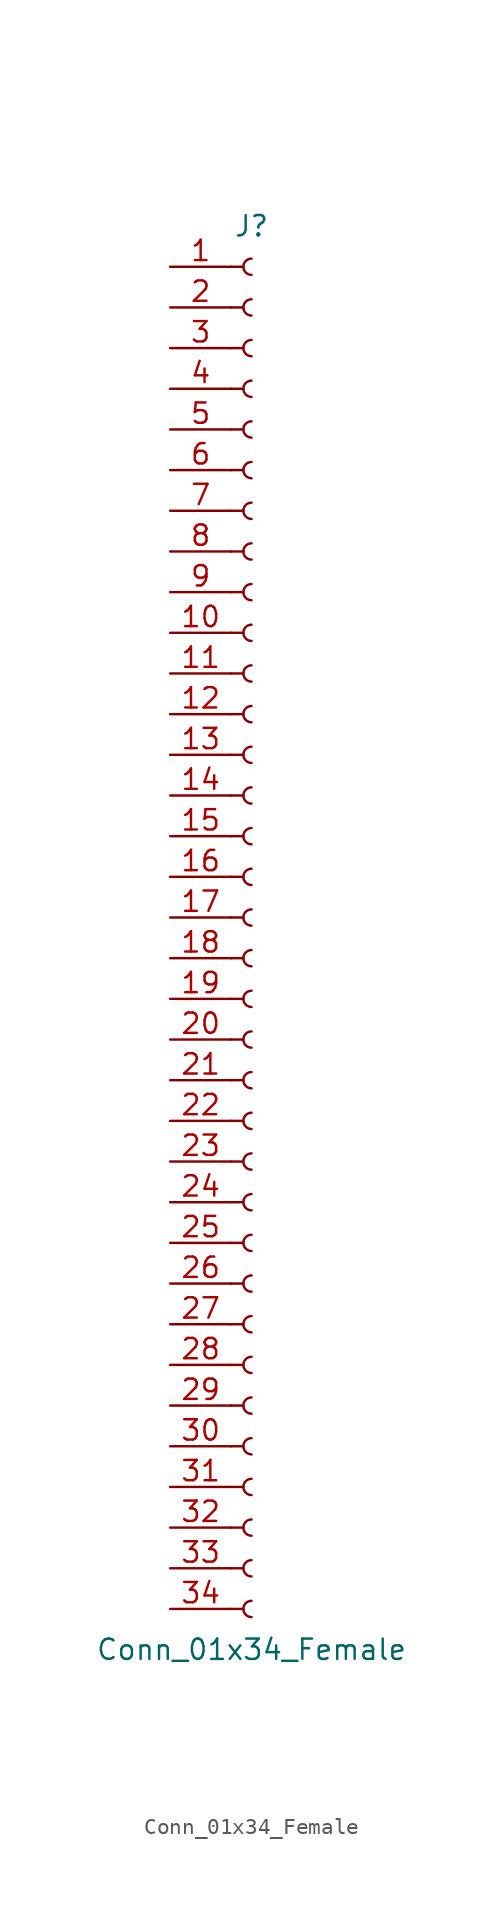
<source format=kicad_sym>
(kicad_symbol_lib
  (version 20201005)
  (generator kicad_symbol_editor)
  (symbol "Conn_01x34_Female"
    (pin_names
      (offset 1.016) hide)
    (property "Reference" "J"
      (at 0 43.18 0)
      (effects (font (size 1.27 1.27))))
    (property "Value" "Conn_01x34_Female"
      (at 0 -45.72 0)
      (effects (font (size 1.27 1.27))))
    (symbol "Conn_01x34_Female_1_1"
      (arc (start 0 -42.672) (end 0 -43.688) (radius (at 0 -43.18) (length 0.508) (angles 90.1 -90.1)) (stroke (width 0.1524)) (fill (type none)))
      (arc (start 0 -40.132) (end 0 -41.148) (radius (at 0 -40.64) (length 0.508) (angles 90.1 -90.1)) (stroke (width 0.1524)) (fill (type none)))
      (arc (start 0 -37.592) (end 0 -38.608) (radius (at 0 -38.1) (length 0.508) (angles 90.1 -90.1)) (stroke (width 0.1524)) (fill (type none)))
      (arc (start 0 -35.052) (end 0 -36.068) (radius (at 0 -35.56) (length 0.508) (angles 90.1 -90.1)) (stroke (width 0.1524)) (fill (type none)))
      (arc (start 0 -32.512) (end 0 -33.528) (radius (at 0 -33.02) (length 0.508) (angles 90.1 -90.1)) (stroke (width 0.1524)) (fill (type none)))
      (arc (start 0 -29.972) (end 0 -30.988) (radius (at 0 -30.48) (length 0.508) (angles 90.1 -90.1)) (stroke (width 0.1524)) (fill (type none)))
      (arc (start 0 -27.432) (end 0 -28.448) (radius (at 0 -27.94) (length 0.508) (angles 90.1 -90.1)) (stroke (width 0.1524)) (fill (type none)))
      (arc (start 0 -24.892) (end 0 -25.908) (radius (at 0 -25.4) (length 0.508) (angles 90.1 -90.1)) (stroke (width 0.1524)) (fill (type none)))
      (arc (start 0 -22.352) (end 0 -23.368) (radius (at 0 -22.86) (length 0.508) (angles 90.1 -90.1)) (stroke (width 0.1524)) (fill (type none)))
      (arc (start 0 -19.812) (end 0 -20.828) (radius (at 0 -20.32) (length 0.508) (angles 90.1 -90.1)) (stroke (width 0.1524)) (fill (type none)))
      (arc (start 0 -17.272) (end 0 -18.288) (radius (at 0 -17.78) (length 0.508) (angles 90.1 -90.1)) (stroke (width 0.1524)) (fill (type none)))
      (arc (start 0 -14.732) (end 0 -15.748) (radius (at 0 -15.24) (length 0.508) (angles 90.1 -90.1)) (stroke (width 0.1524)) (fill (type none)))
      (arc (start 0 -12.192) (end 0 -13.208) (radius (at 0 -12.7) (length 0.508) (angles 90.1 -90.1)) (stroke (width 0.1524)) (fill (type none)))
      (arc (start 0 -9.652) (end 0 -10.668) (radius (at 0 -10.16) (length 0.508) (angles 90.1 -90.1)) (stroke (width 0.1524)) (fill (type none)))
      (arc (start 0 -7.112) (end 0 -8.128) (radius (at 0 -7.62) (length 0.508) (angles 90.1 -90.1)) (stroke (width 0.1524)) (fill (type none)))
      (arc (start 0 -4.572) (end 0 -5.588) (radius (at 0 -5.08) (length 0.508) (angles 90.1 -90.1)) (stroke (width 0.1524)) (fill (type none)))
      (arc (start 0 -2.032) (end 0 -3.048) (radius (at 0 -2.54) (length 0.508) (angles 90.1 -90.1)) (stroke (width 0.1524)) (fill (type none)))
      (arc (start 0 0.508) (end 0 -0.508) (radius (at 0 0) (length 0.508) (angles 90.1 -90.1)) (stroke (width 0.1524)) (fill (type none)))
      (arc (start 0 3.048) (end 0 2.032) (radius (at 0 2.54) (length 0.508) (angles 90.1 -90.1)) (stroke (width 0.1524)) (fill (type none)))
      (arc (start 0 5.588) (end 0 4.572) (radius (at 0 5.08) (length 0.508) (angles 90.1 -90.1)) (stroke (width 0.1524)) (fill (type none)))
      (arc (start 0 8.128) (end 0 7.112) (radius (at 0 7.62) (length 0.508) (angles 90.1 -90.1)) (stroke (width 0.1524)) (fill (type none)))
      (arc (start 0 10.668) (end 0 9.652) (radius (at 0 10.16) (length 0.508) (angles 90.1 -90.1)) (stroke (width 0.1524)) (fill (type none)))
      (arc (start 0 13.208) (end 0 12.192) (radius (at 0 12.7) (length 0.508) (angles 90.1 -90.1)) (stroke (width 0.1524)) (fill (type none)))
      (arc (start 0 15.748) (end 0 14.732) (radius (at 0 15.24) (length 0.508) (angles 90.1 -90.1)) (stroke (width 0.1524)) (fill (type none)))
      (arc (start 0 18.288) (end 0 17.272) (radius (at 0 17.78) (length 0.508) (angles 90.1 -90.1)) (stroke (width 0.1524)) (fill (type none)))
      (arc (start 0 20.828) (end 0 19.812) (radius (at 0 20.32) (length 0.508) (angles 90.1 -90.1)) (stroke (width 0.1524)) (fill (type none)))
      (arc (start 0 23.368) (end 0 22.352) (radius (at 0 22.86) (length 0.508) (angles 90.1 -90.1)) (stroke (width 0.1524)) (fill (type none)))
      (arc (start 0 25.908) (end 0 24.892) (radius (at 0 25.4) (length 0.508) (angles 90.1 -90.1)) (stroke (width 0.1524)) (fill (type none)))
      (arc (start 0 28.448) (end 0 27.432) (radius (at 0 27.94) (length 0.508) (angles 90.1 -90.1)) (stroke (width 0.1524)) (fill (type none)))
      (arc (start 0 30.988) (end 0 29.972) (radius (at 0 30.48) (length 0.508) (angles 90.1 -90.1)) (stroke (width 0.1524)) (fill (type none)))
      (arc (start 0 33.528) (end 0 32.512) (radius (at 0 33.02) (length 0.508) (angles 90.1 -90.1)) (stroke (width 0.1524)) (fill (type none)))
      (arc (start 0 36.068) (end 0 35.052) (radius (at 0 35.56) (length 0.508) (angles 90.1 -90.1)) (stroke (width 0.1524)) (fill (type none)))
      (arc (start 0 38.608) (end 0 37.592) (radius (at 0 38.1) (length 0.508) (angles 90.1 -90.1)) (stroke (width 0.1524)) (fill (type none)))
      (arc (start 0 41.148) (end 0 40.132) (radius (at 0 40.64) (length 0.508) (angles 90.1 -90.1)) (stroke (width 0.1524)) (fill (type none)))
      (polyline (pts (xy -1.27 -43.18) (xy -0.508 -43.18)) (stroke (width 0.152)) (fill (type none)))
      (polyline (pts (xy -1.27 -40.64) (xy -0.508 -40.64)) (stroke (width 0.152)) (fill (type none)))
      (polyline (pts (xy -1.27 -38.1) (xy -0.508 -38.1)) (stroke (width 0.152)) (fill (type none)))
      (polyline (pts (xy -1.27 -35.56) (xy -0.508 -35.56)) (stroke (width 0.152)) (fill (type none)))
      (polyline (pts (xy -1.27 -33.02) (xy -0.508 -33.02)) (stroke (width 0.152)) (fill (type none)))
      (polyline (pts (xy -1.27 -30.48) (xy -0.508 -30.48)) (stroke (width 0.152)) (fill (type none)))
      (polyline (pts (xy -1.27 -27.94) (xy -0.508 -27.94)) (stroke (width 0.152)) (fill (type none)))
      (polyline (pts (xy -1.27 -25.4) (xy -0.508 -25.4)) (stroke (width 0.152)) (fill (type none)))
      (polyline (pts (xy -1.27 -22.86) (xy -0.508 -22.86)) (stroke (width 0.152)) (fill (type none)))
      (polyline (pts (xy -1.27 -20.32) (xy -0.508 -20.32)) (stroke (width 0.152)) (fill (type none)))
      (polyline (pts (xy -1.27 -17.78) (xy -0.508 -17.78)) (stroke (width 0.152)) (fill (type none)))
      (polyline (pts (xy -1.27 -15.24) (xy -0.508 -15.24)) (stroke (width 0.152)) (fill (type none)))
      (polyline (pts (xy -1.27 -12.7) (xy -0.508 -12.7)) (stroke (width 0.152)) (fill (type none)))
      (polyline (pts (xy -1.27 -10.16) (xy -0.508 -10.16)) (stroke (width 0.152)) (fill (type none)))
      (polyline (pts (xy -1.27 -7.62) (xy -0.508 -7.62)) (stroke (width 0.152)) (fill (type none)))
      (polyline (pts (xy -1.27 -5.08) (xy -0.508 -5.08)) (stroke (width 0.152)) (fill (type none)))
      (polyline (pts (xy -1.27 -2.54) (xy -0.508 -2.54)) (stroke (width 0.152)) (fill (type none)))
      (polyline (pts (xy -1.27 0) (xy -0.508 0)) (stroke (width 0.152)) (fill (type none)))
      (polyline (pts (xy -1.27 2.54) (xy -0.508 2.54)) (stroke (width 0.152)) (fill (type none)))
      (polyline (pts (xy -1.27 5.08) (xy -0.508 5.08)) (stroke (width 0.152)) (fill (type none)))
      (polyline (pts (xy -1.27 7.62) (xy -0.508 7.62)) (stroke (width 0.152)) (fill (type none)))
      (polyline (pts (xy -1.27 10.16) (xy -0.508 10.16)) (stroke (width 0.152)) (fill (type none)))
      (polyline (pts (xy -1.27 12.7) (xy -0.508 12.7)) (stroke (width 0.152)) (fill (type none)))
      (polyline (pts (xy -1.27 15.24) (xy -0.508 15.24)) (stroke (width 0.152)) (fill (type none)))
      (polyline (pts (xy -1.27 17.78) (xy -0.508 17.78)) (stroke (width 0.152)) (fill (type none)))
      (polyline (pts (xy -1.27 20.32) (xy -0.508 20.32)) (stroke (width 0.152)) (fill (type none)))
      (polyline (pts (xy -1.27 22.86) (xy -0.508 22.86)) (stroke (width 0.152)) (fill (type none)))
      (polyline (pts (xy -1.27 25.4) (xy -0.508 25.4)) (stroke (width 0.152)) (fill (type none)))
      (polyline (pts (xy -1.27 27.94) (xy -0.508 27.94)) (stroke (width 0.152)) (fill (type none)))
      (polyline (pts (xy -1.27 30.48) (xy -0.508 30.48)) (stroke (width 0.152)) (fill (type none)))
      (polyline (pts (xy -1.27 33.02) (xy -0.508 33.02)) (stroke (width 0.152)) (fill (type none)))
      (polyline (pts (xy -1.27 35.56) (xy -0.508 35.56)) (stroke (width 0.152)) (fill (type none)))
      (polyline (pts (xy -1.27 38.1) (xy -0.508 38.1)) (stroke (width 0.152)) (fill (type none)))
      (polyline (pts (xy -1.27 40.64) (xy -0.508 40.64)) (stroke (width 0.152)) (fill (type none)))
      (pin passive line (at -5.08 40.64 0) (length 3.81) (name "Pin_1" (effects (font (size 1.27 1.27)))) (number "1" (effects (font (size 1.27 1.27)))))
      (pin passive line (at -5.08 17.78 0) (length 3.81) (name "Pin_10" (effects (font (size 1.27 1.27)))) (number "10" (effects (font (size 1.27 1.27)))))
      (pin passive line (at -5.08 15.24 0) (length 3.81) (name "Pin_11" (effects (font (size 1.27 1.27)))) (number "11" (effects (font (size 1.27 1.27)))))
      (pin passive line (at -5.08 12.7 0) (length 3.81) (name "Pin_12" (effects (font (size 1.27 1.27)))) (number "12" (effects (font (size 1.27 1.27)))))
      (pin passive line (at -5.08 10.16 0) (length 3.81) (name "Pin_13" (effects (font (size 1.27 1.27)))) (number "13" (effects (font (size 1.27 1.27)))))
      (pin passive line (at -5.08 7.62 0) (length 3.81) (name "Pin_14" (effects (font (size 1.27 1.27)))) (number "14" (effects (font (size 1.27 1.27)))))
      (pin passive line (at -5.08 5.08 0) (length 3.81) (name "Pin_15" (effects (font (size 1.27 1.27)))) (number "15" (effects (font (size 1.27 1.27)))))
      (pin passive line (at -5.08 2.54 0) (length 3.81) (name "Pin_16" (effects (font (size 1.27 1.27)))) (number "16" (effects (font (size 1.27 1.27)))))
      (pin passive line (at -5.08 0 0) (length 3.81) (name "Pin_17" (effects (font (size 1.27 1.27)))) (number "17" (effects (font (size 1.27 1.27)))))
      (pin passive line (at -5.08 -2.54 0) (length 3.81) (name "Pin_18" (effects (font (size 1.27 1.27)))) (number "18" (effects (font (size 1.27 1.27)))))
      (pin passive line (at -5.08 -5.08 0) (length 3.81) (name "Pin_19" (effects (font (size 1.27 1.27)))) (number "19" (effects (font (size 1.27 1.27)))))
      (pin passive line (at -5.08 38.1 0) (length 3.81) (name "Pin_2" (effects (font (size 1.27 1.27)))) (number "2" (effects (font (size 1.27 1.27)))))
      (pin passive line (at -5.08 -7.62 0) (length 3.81) (name "Pin_20" (effects (font (size 1.27 1.27)))) (number "20" (effects (font (size 1.27 1.27)))))
      (pin passive line (at -5.08 -10.16 0) (length 3.81) (name "Pin_21" (effects (font (size 1.27 1.27)))) (number "21" (effects (font (size 1.27 1.27)))))
      (pin passive line (at -5.08 -12.7 0) (length 3.81) (name "Pin_22" (effects (font (size 1.27 1.27)))) (number "22" (effects (font (size 1.27 1.27)))))
      (pin passive line (at -5.08 -15.24 0) (length 3.81) (name "Pin_23" (effects (font (size 1.27 1.27)))) (number "23" (effects (font (size 1.27 1.27)))))
      (pin passive line (at -5.08 -17.78 0) (length 3.81) (name "Pin_24" (effects (font (size 1.27 1.27)))) (number "24" (effects (font (size 1.27 1.27)))))
      (pin passive line (at -5.08 -20.32 0) (length 3.81) (name "Pin_25" (effects (font (size 1.27 1.27)))) (number "25" (effects (font (size 1.27 1.27)))))
      (pin passive line (at -5.08 -22.86 0) (length 3.81) (name "Pin_26" (effects (font (size 1.27 1.27)))) (number "26" (effects (font (size 1.27 1.27)))))
      (pin passive line (at -5.08 -25.4 0) (length 3.81) (name "Pin_27" (effects (font (size 1.27 1.27)))) (number "27" (effects (font (size 1.27 1.27)))))
      (pin passive line (at -5.08 -27.94 0) (length 3.81) (name "Pin_28" (effects (font (size 1.27 1.27)))) (number "28" (effects (font (size 1.27 1.27)))))
      (pin passive line (at -5.08 -30.48 0) (length 3.81) (name "Pin_29" (effects (font (size 1.27 1.27)))) (number "29" (effects (font (size 1.27 1.27)))))
      (pin passive line (at -5.08 35.56 0) (length 3.81) (name "Pin_3" (effects (font (size 1.27 1.27)))) (number "3" (effects (font (size 1.27 1.27)))))
      (pin passive line (at -5.08 -33.02 0) (length 3.81) (name "Pin_30" (effects (font (size 1.27 1.27)))) (number "30" (effects (font (size 1.27 1.27)))))
      (pin passive line (at -5.08 -35.56 0) (length 3.81) (name "Pin_31" (effects (font (size 1.27 1.27)))) (number "31" (effects (font (size 1.27 1.27)))))
      (pin passive line (at -5.08 -38.1 0) (length 3.81) (name "Pin_32" (effects (font (size 1.27 1.27)))) (number "32" (effects (font (size 1.27 1.27)))))
      (pin passive line (at -5.08 -40.64 0) (length 3.81) (name "Pin_33" (effects (font (size 1.27 1.27)))) (number "33" (effects (font (size 1.27 1.27)))))
      (pin passive line (at -5.08 -43.18 0) (length 3.81) (name "Pin_34" (effects (font (size 1.27 1.27)))) (number "34" (effects (font (size 1.27 1.27)))))
      (pin passive line (at -5.08 33.02 0) (length 3.81) (name "Pin_4" (effects (font (size 1.27 1.27)))) (number "4" (effects (font (size 1.27 1.27)))))
      (pin passive line (at -5.08 30.48 0) (length 3.81) (name "Pin_5" (effects (font (size 1.27 1.27)))) (number "5" (effects (font (size 1.27 1.27)))))
      (pin passive line (at -5.08 27.94 0) (length 3.81) (name "Pin_6" (effects (font (size 1.27 1.27)))) (number "6" (effects (font (size 1.27 1.27)))))
      (pin passive line (at -5.08 25.4 0) (length 3.81) (name "Pin_7" (effects (font (size 1.27 1.27)))) (number "7" (effects (font (size 1.27 1.27)))))
      (pin passive line (at -5.08 22.86 0) (length 3.81) (name "Pin_8" (effects (font (size 1.27 1.27)))) (number "8" (effects (font (size 1.27 1.27)))))
      (pin passive line (at -5.08 20.32 0) (length 3.81) (name "Pin_9" (effects (font (size 1.27 1.27)))) (number "9" (effects (font (size 1.27 1.27))))))))
</source>
